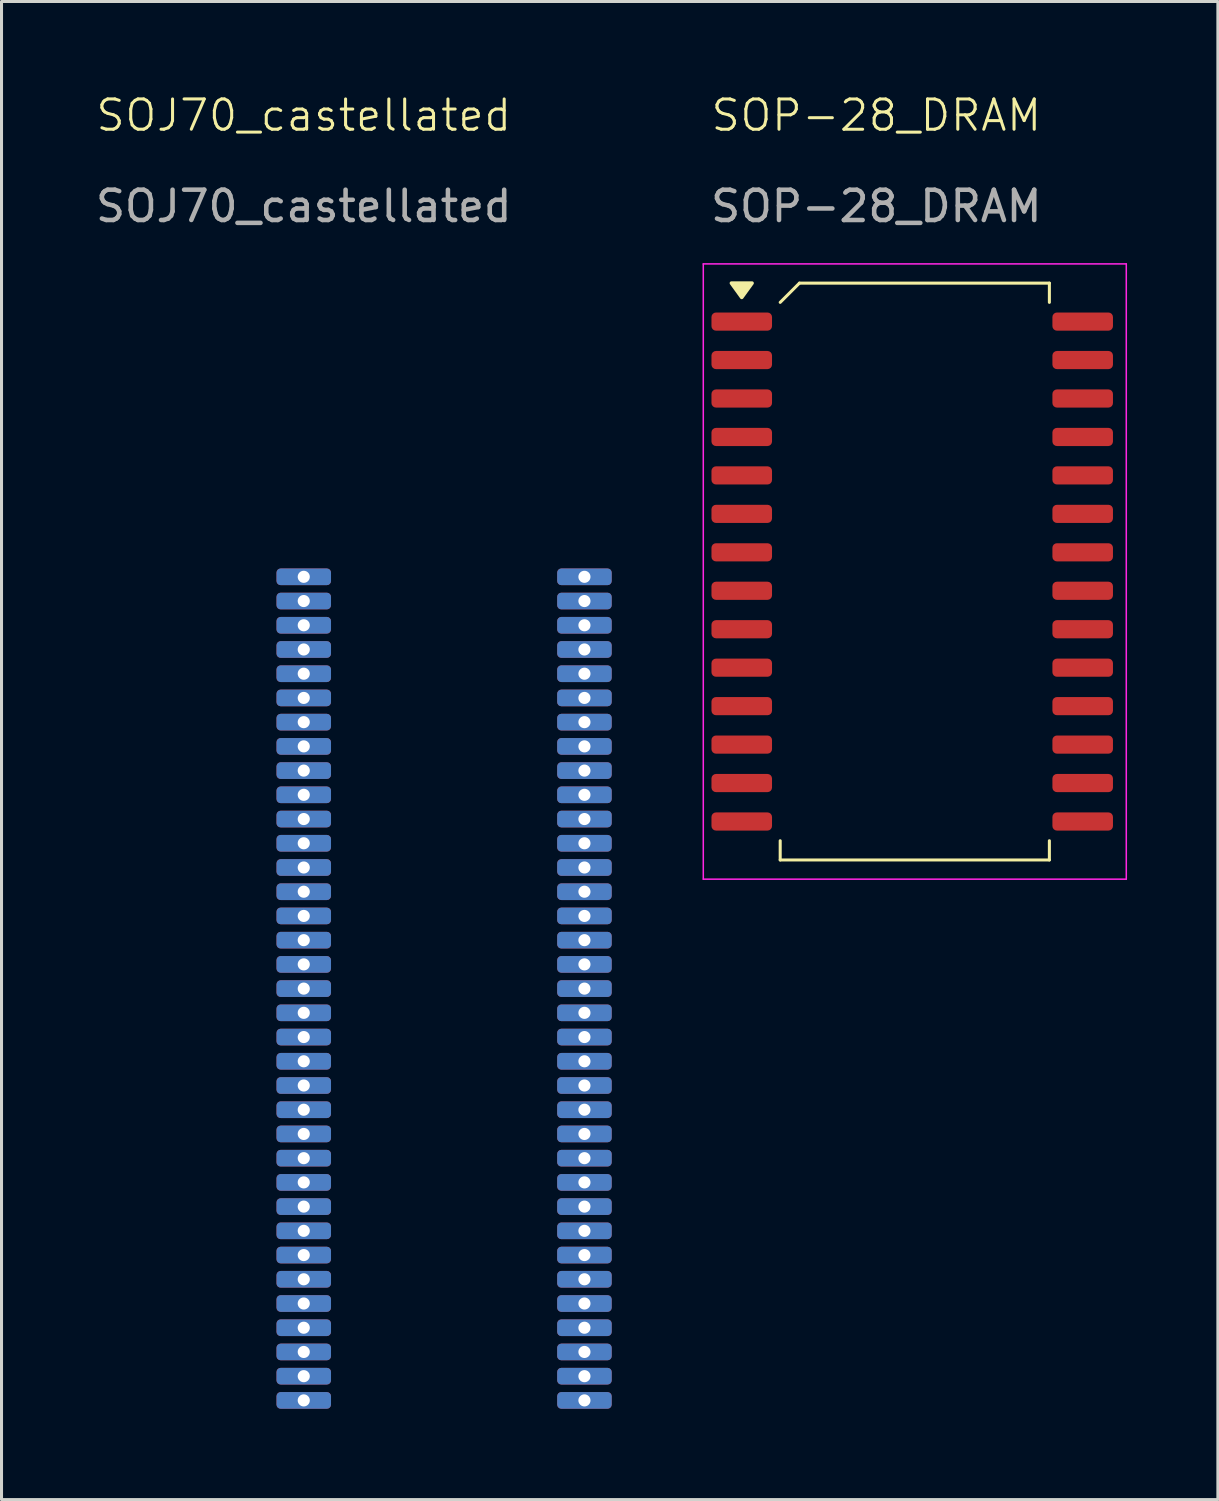
<source format=kicad_pcb>
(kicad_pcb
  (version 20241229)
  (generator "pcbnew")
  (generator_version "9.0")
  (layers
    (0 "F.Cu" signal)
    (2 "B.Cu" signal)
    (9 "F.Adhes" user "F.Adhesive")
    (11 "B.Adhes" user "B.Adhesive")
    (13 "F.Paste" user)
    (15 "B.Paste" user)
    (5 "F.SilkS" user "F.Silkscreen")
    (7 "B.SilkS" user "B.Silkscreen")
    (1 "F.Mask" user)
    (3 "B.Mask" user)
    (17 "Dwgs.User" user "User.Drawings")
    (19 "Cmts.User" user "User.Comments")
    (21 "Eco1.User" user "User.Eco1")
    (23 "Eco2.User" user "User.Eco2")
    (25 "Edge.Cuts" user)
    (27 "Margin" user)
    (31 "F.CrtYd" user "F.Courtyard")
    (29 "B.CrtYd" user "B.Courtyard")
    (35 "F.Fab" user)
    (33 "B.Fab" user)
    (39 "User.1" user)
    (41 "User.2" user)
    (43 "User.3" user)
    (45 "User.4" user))
  (footprint "SOJ70_castellated"
    (layer "F.Cu")
    (at 6.982 16)
    (property "Reference" "SOJ70_castellated" (at 0 -15.24 0) (unlocked yes) (layer "F.SilkS") (effects (font (size 1 1) (thickness 0.1))))
    (attr smd)
    (fp_text user "${REFERENCE}" (at 0 -12.24 0) (unlocked yes) (layer "F.Fab") (effects (font (size 1 1) (thickness 0.15))))
    (pad "1" thru_hole roundrect (at 0 0) (size 1.8 0.55) (drill 0.4) (layers "*.Cu" "*.Mask") (roundrect_rratio 0.25))
    (pad "2" thru_hole roundrect (at 0 0.8) (size 1.8 0.55) (drill 0.4) (layers "*.Cu" "*.Mask") (roundrect_rratio 0.25))
    (pad "3" thru_hole roundrect (at 0 1.6) (size 1.8 0.55) (drill 0.4) (layers "*.Cu" "*.Mask") (roundrect_rratio 0.25))
    (pad "4" thru_hole roundrect (at 0 2.4) (size 1.8 0.55) (drill 0.4) (layers "*.Cu" "*.Mask") (roundrect_rratio 0.25))
    (pad "5" thru_hole roundrect (at 0 3.2) (size 1.8 0.55) (drill 0.4) (layers "*.Cu" "*.Mask") (roundrect_rratio 0.25))
    (pad "6" thru_hole roundrect (at 0 4) (size 1.8 0.55) (drill 0.4) (layers "*.Cu" "*.Mask") (roundrect_rratio 0.25))
    (pad "7" thru_hole roundrect (at 0 4.8) (size 1.8 0.55) (drill 0.4) (layers "*.Cu" "*.Mask") (roundrect_rratio 0.25))
    (pad "8" thru_hole roundrect (at 0 5.6) (size 1.8 0.55) (drill 0.4) (layers "*.Cu" "*.Mask") (roundrect_rratio 0.25))
    (pad "9" thru_hole roundrect (at 0 6.4) (size 1.8 0.55) (drill 0.4) (layers "*.Cu" "*.Mask") (roundrect_rratio 0.25))
    (pad "10" thru_hole roundrect (at 0 7.2) (size 1.8 0.55) (drill 0.4) (layers "*.Cu" "*.Mask") (roundrect_rratio 0.25))
    (pad "11" thru_hole roundrect (at 0 8) (size 1.8 0.55) (drill 0.4) (layers "*.Cu" "*.Mask") (roundrect_rratio 0.25))
    (pad "12" thru_hole roundrect (at 0 8.8) (size 1.8 0.55) (drill 0.4) (layers "*.Cu" "*.Mask") (roundrect_rratio 0.25))
    (pad "13" thru_hole roundrect (at 0 9.6) (size 1.8 0.55) (drill 0.4) (layers "*.Cu" "*.Mask") (roundrect_rratio 0.25))
    (pad "14" thru_hole roundrect (at 0 10.4) (size 1.8 0.55) (drill 0.4) (layers "*.Cu" "*.Mask") (roundrect_rratio 0.25))
    (pad "15" thru_hole roundrect (at 0 11.2) (size 1.8 0.55) (drill 0.4) (layers "*.Cu" "*.Mask") (roundrect_rratio 0.25))
    (pad "16" thru_hole roundrect (at 0 12) (size 1.8 0.55) (drill 0.4) (layers "*.Cu" "*.Mask") (roundrect_rratio 0.25))
    (pad "17" thru_hole roundrect (at 0 12.8) (size 1.8 0.55) (drill 0.4) (layers "*.Cu" "*.Mask") (roundrect_rratio 0.25))
    (pad "18" thru_hole roundrect (at 0 13.6) (size 1.8 0.55) (drill 0.4) (layers "*.Cu" "*.Mask") (roundrect_rratio 0.25))
    (pad "19" thru_hole roundrect (at 0 14.4) (size 1.8 0.55) (drill 0.4) (layers "*.Cu" "*.Mask") (roundrect_rratio 0.25))
    (pad "20" thru_hole roundrect (at 0 15.2) (size 1.8 0.55) (drill 0.4) (layers "*.Cu" "*.Mask") (roundrect_rratio 0.25))
    (pad "21" thru_hole roundrect (at 0 16) (size 1.8 0.55) (drill 0.4) (layers "*.Cu" "*.Mask") (roundrect_rratio 0.25))
    (pad "22" thru_hole roundrect (at 0 16.8) (size 1.8 0.55) (drill 0.4) (layers "*.Cu" "*.Mask") (roundrect_rratio 0.25))
    (pad "23" thru_hole roundrect (at 0 17.6) (size 1.8 0.55) (drill 0.4) (layers "*.Cu" "*.Mask") (roundrect_rratio 0.25))
    (pad "24" thru_hole roundrect (at 0 18.4) (size 1.8 0.55) (drill 0.4) (layers "*.Cu" "*.Mask") (roundrect_rratio 0.25))
    (pad "25" thru_hole roundrect (at 0 19.2) (size 1.8 0.55) (drill 0.4) (layers "*.Cu" "*.Mask") (roundrect_rratio 0.25))
    (pad "26" thru_hole roundrect (at 0 20) (size 1.8 0.55) (drill 0.4) (layers "*.Cu" "*.Mask") (roundrect_rratio 0.25))
    (pad "27" thru_hole roundrect (at 0 20.8) (size 1.8 0.55) (drill 0.4) (layers "*.Cu" "*.Mask") (roundrect_rratio 0.25))
    (pad "28" thru_hole roundrect (at 0 21.6) (size 1.8 0.55) (drill 0.4) (layers "*.Cu" "*.Mask") (roundrect_rratio 0.25))
    (pad "29" thru_hole roundrect (at 0 22.4) (size 1.8 0.55) (drill 0.4) (layers "*.Cu" "*.Mask") (roundrect_rratio 0.25))
    (pad "30" thru_hole roundrect (at 0 23.2) (size 1.8 0.55) (drill 0.4) (layers "*.Cu" "*.Mask") (roundrect_rratio 0.25))
    (pad "31" thru_hole roundrect (at 0 24) (size 1.8 0.55) (drill 0.4) (layers "*.Cu" "*.Mask") (roundrect_rratio 0.25))
    (pad "32" thru_hole roundrect (at 0 24.8) (size 1.8 0.55) (drill 0.4) (layers "*.Cu" "*.Mask") (roundrect_rratio 0.25))
    (pad "33" thru_hole roundrect (at 0 25.6) (size 1.8 0.55) (drill 0.4) (layers "*.Cu" "*.Mask") (roundrect_rratio 0.25))
    (pad "34" thru_hole roundrect (at 0 26.4) (size 1.8 0.55) (drill 0.4) (layers "*.Cu" "*.Mask") (roundrect_rratio 0.25))
    (pad "35" thru_hole roundrect (at 0 27.2) (size 1.8 0.55) (drill 0.4) (layers "*.Cu" "*.Mask") (roundrect_rratio 0.25))
    (pad "36" thru_hole roundrect (at 9.27 27.2) (size 1.8 0.55) (drill 0.4) (layers "*.Cu" "*.Mask") (roundrect_rratio 0.25))
    (pad "37" thru_hole roundrect (at 9.27 26.4) (size 1.8 0.55) (drill 0.4) (layers "*.Cu" "*.Mask") (roundrect_rratio 0.25))
    (pad "38" thru_hole roundrect (at 9.27 25.6) (size 1.8 0.55) (drill 0.4) (layers "*.Cu" "*.Mask") (roundrect_rratio 0.25))
    (pad "39" thru_hole roundrect (at 9.27 24.8) (size 1.8 0.55) (drill 0.4) (layers "*.Cu" "*.Mask") (roundrect_rratio 0.25))
    (pad "40" thru_hole roundrect (at 9.27 24) (size 1.8 0.55) (drill 0.4) (layers "*.Cu" "*.Mask") (roundrect_rratio 0.25))
    (pad "41" thru_hole roundrect (at 9.27 23.2) (size 1.8 0.55) (drill 0.4) (layers "*.Cu" "*.Mask") (roundrect_rratio 0.25))
    (pad "42" thru_hole roundrect (at 9.27 22.4) (size 1.8 0.55) (drill 0.4) (layers "*.Cu" "*.Mask") (roundrect_rratio 0.25))
    (pad "43" thru_hole roundrect (at 9.27 21.6) (size 1.8 0.55) (drill 0.4) (layers "*.Cu" "*.Mask") (roundrect_rratio 0.25))
    (pad "44" thru_hole roundrect (at 9.27 20.8) (size 1.8 0.55) (drill 0.4) (layers "*.Cu" "*.Mask") (roundrect_rratio 0.25))
    (pad "45" thru_hole roundrect (at 9.27 20) (size 1.8 0.55) (drill 0.4) (layers "*.Cu" "*.Mask") (roundrect_rratio 0.25))
    (pad "46" thru_hole roundrect (at 9.27 19.2) (size 1.8 0.55) (drill 0.4) (layers "*.Cu" "*.Mask") (roundrect_rratio 0.25))
    (pad "47" thru_hole roundrect (at 9.27 18.4) (size 1.8 0.55) (drill 0.4) (layers "*.Cu" "*.Mask") (roundrect_rratio 0.25))
    (pad "48" thru_hole roundrect (at 9.27 17.6) (size 1.8 0.55) (drill 0.4) (layers "*.Cu" "*.Mask") (roundrect_rratio 0.25))
    (pad "49" thru_hole roundrect (at 9.27 16.8) (size 1.8 0.55) (drill 0.4) (layers "*.Cu" "*.Mask") (roundrect_rratio 0.25))
    (pad "50" thru_hole roundrect (at 9.27 16) (size 1.8 0.55) (drill 0.4) (layers "*.Cu" "*.Mask") (roundrect_rratio 0.25))
    (pad "51" thru_hole roundrect (at 9.27 15.2) (size 1.8 0.55) (drill 0.4) (layers "*.Cu" "*.Mask") (roundrect_rratio 0.25))
    (pad "52" thru_hole roundrect (at 9.27 14.4) (size 1.8 0.55) (drill 0.4) (layers "*.Cu" "*.Mask") (roundrect_rratio 0.25))
    (pad "53" thru_hole roundrect (at 9.27 13.6) (size 1.8 0.55) (drill 0.4) (layers "*.Cu" "*.Mask") (roundrect_rratio 0.25))
    (pad "54" thru_hole roundrect (at 9.27 12.8) (size 1.8 0.55) (drill 0.4) (layers "*.Cu" "*.Mask") (roundrect_rratio 0.25))
    (pad "55" thru_hole roundrect (at 9.27 12) (size 1.8 0.55) (drill 0.4) (layers "*.Cu" "*.Mask") (roundrect_rratio 0.25))
    (pad "56" thru_hole roundrect (at 9.27 11.2) (size 1.8 0.55) (drill 0.4) (layers "*.Cu" "*.Mask") (roundrect_rratio 0.25))
    (pad "57" thru_hole roundrect (at 9.27 10.4) (size 1.8 0.55) (drill 0.4) (layers "*.Cu" "*.Mask") (roundrect_rratio 0.25))
    (pad "58" thru_hole roundrect (at 9.27 9.6) (size 1.8 0.55) (drill 0.4) (layers "*.Cu" "*.Mask") (roundrect_rratio 0.25))
    (pad "59" thru_hole roundrect (at 9.27 8.8) (size 1.8 0.55) (drill 0.4) (layers "*.Cu" "*.Mask") (roundrect_rratio 0.25))
    (pad "60" thru_hole roundrect (at 9.27 8) (size 1.8 0.55) (drill 0.4) (layers "*.Cu" "*.Mask") (roundrect_rratio 0.25))
    (pad "61" thru_hole roundrect (at 9.27 7.2) (size 1.8 0.55) (drill 0.4) (layers "*.Cu" "*.Mask") (roundrect_rratio 0.25))
    (pad "62" thru_hole roundrect (at 9.27 6.4) (size 1.8 0.55) (drill 0.4) (layers "*.Cu" "*.Mask") (roundrect_rratio 0.25))
    (pad "63" thru_hole roundrect (at 9.27 5.6) (size 1.8 0.55) (drill 0.4) (layers "*.Cu" "*.Mask") (roundrect_rratio 0.25))
    (pad "64" thru_hole roundrect (at 9.27 4.8) (size 1.8 0.55) (drill 0.4) (layers "*.Cu" "*.Mask") (roundrect_rratio 0.25))
    (pad "65" thru_hole roundrect (at 9.27 4) (size 1.8 0.55) (drill 0.4) (layers "*.Cu" "*.Mask") (roundrect_rratio 0.25))
    (pad "66" thru_hole roundrect (at 9.27 3.2) (size 1.8 0.55) (drill 0.4) (layers "*.Cu" "*.Mask") (roundrect_rratio 0.25))
    (pad "67" thru_hole roundrect (at 9.27 2.4) (size 1.8 0.55) (drill 0.4) (layers "*.Cu" "*.Mask") (roundrect_rratio 0.25))
    (pad "68" thru_hole roundrect (at 9.27 1.6) (size 1.8 0.55) (drill 0.4) (layers "*.Cu" "*.Mask") (roundrect_rratio 0.25))
    (pad "69" thru_hole roundrect (at 9.27 0.8) (size 1.8 0.55) (drill 0.4) (layers "*.Cu" "*.Mask") (roundrect_rratio 0.25))
    (pad "70" thru_hole roundrect (at 9.27 0) (size 1.8 0.55) (drill 0.4) (layers "*.Cu" "*.Mask") (roundrect_rratio 0.25)))
  (footprint "SOP-28_DRAM"
    (layer "F.Cu")
    (at 21.447 7.571)
    (property "Reference" "SOP-28_DRAM" (at 4.445 -6.81 0) (unlocked yes) (layer "F.SilkS") (effects (font (size 1 1) (thickness 0.1))))
    (attr smd)
    (fp_line (start 1.27 -0.635) (end 1.905 -1.27) (stroke (width 0.1) (type default)) (layer "F.SilkS"))
    (fp_line (start 1.27 17.145) (end 1.27 17.78) (stroke (width 0.1) (type default)) (layer "F.SilkS"))
    (fp_line (start 1.27 17.78) (end 10.16 17.78) (stroke (width 0.1) (type default)) (layer "F.SilkS"))
    (fp_line (start 1.905 -1.27) (end 10.16 -1.27) (stroke (width 0.1) (type default)) (layer "F.SilkS"))
    (fp_line (start 10.16 -1.27) (end 10.16 -0.635) (stroke (width 0.1) (type default)) (layer "F.SilkS"))
    (fp_line (start 10.16 17.78) (end 10.16 17.145) (stroke (width 0.1) (type default)) (layer "F.SilkS"))
    (fp_poly (pts (xy 0 -0.8) (xy -0.34 -1.27) (xy 0.34 -1.27) (xy 0 -0.8)) (stroke (width 0.12) (type solid)) (fill yes) (layer "F.SilkS"))
    (fp_line (start -1.27 -1.905) (end 12.7 -1.905) (stroke (width 0.05) (type default)) (layer "F.CrtYd"))
    (fp_line (start -1.27 18.415) (end -1.27 -1.905) (stroke (width 0.05) (type default)) (layer "F.CrtYd"))
    (fp_line (start 12.7 -1.905) (end 12.7 18.415) (stroke (width 0.05) (type default)) (layer "F.CrtYd"))
    (fp_line (start 12.7 18.415) (end -1.27 18.415) (stroke (width 0.05) (type default)) (layer "F.CrtYd"))
    (fp_text user "${REFERENCE}" (at 4.445 -3.81 0) (unlocked yes) (layer "F.Fab") (effects (font (size 1 1) (thickness 0.15))))
    (pad "1" smd roundrect (at 0 0) (size 2 0.6) (layers "F.Cu" "F.Mask" "F.Paste") (roundrect_rratio 0.25))
    (pad "2" smd roundrect (at 0 1.27) (size 2 0.6) (layers "F.Cu" "F.Mask" "F.Paste") (roundrect_rratio 0.25))
    (pad "3" smd roundrect (at 0 2.54) (size 2 0.6) (layers "F.Cu" "F.Mask" "F.Paste") (roundrect_rratio 0.25))
    (pad "4" smd roundrect (at 0 3.81) (size 2 0.6) (layers "F.Cu" "F.Mask" "F.Paste") (roundrect_rratio 0.25))
    (pad "5" smd roundrect (at 0 5.08) (size 2 0.6) (layers "F.Cu" "F.Mask" "F.Paste") (roundrect_rratio 0.25))
    (pad "6" smd roundrect (at 0 6.35) (size 2 0.6) (layers "F.Cu" "F.Mask" "F.Paste") (roundrect_rratio 0.25))
    (pad "7" smd roundrect (at 0 7.62) (size 2 0.6) (layers "F.Cu" "F.Mask" "F.Paste") (roundrect_rratio 0.25))
    (pad "8" smd roundrect (at 0 8.89) (size 2 0.6) (layers "F.Cu" "F.Mask" "F.Paste") (roundrect_rratio 0.25))
    (pad "9" smd roundrect (at 0 10.16) (size 2 0.6) (layers "F.Cu" "F.Mask" "F.Paste") (roundrect_rratio 0.25))
    (pad "10" smd roundrect (at 0 11.43) (size 2 0.6) (layers "F.Cu" "F.Mask" "F.Paste") (roundrect_rratio 0.25))
    (pad "11" smd roundrect (at 0 12.7) (size 2 0.6) (layers "F.Cu" "F.Mask" "F.Paste") (roundrect_rratio 0.25))
    (pad "12" smd roundrect (at 0 13.97) (size 2 0.6) (layers "F.Cu" "F.Mask" "F.Paste") (roundrect_rratio 0.25))
    (pad "13" smd roundrect (at 0 15.24) (size 2 0.6) (layers "F.Cu" "F.Mask" "F.Paste") (roundrect_rratio 0.25))
    (pad "14" smd roundrect (at 0 16.51) (size 2 0.6) (layers "F.Cu" "F.Mask" "F.Paste") (roundrect_rratio 0.25))
    (pad "15" smd roundrect (at 11.26 16.51) (size 2 0.6) (layers "F.Cu" "F.Mask" "F.Paste") (roundrect_rratio 0.25))
    (pad "16" smd roundrect (at 11.26 15.24) (size 2 0.6) (layers "F.Cu" "F.Mask" "F.Paste") (roundrect_rratio 0.25))
    (pad "17" smd roundrect (at 11.26 13.97) (size 2 0.6) (layers "F.Cu" "F.Mask" "F.Paste") (roundrect_rratio 0.25))
    (pad "18" smd roundrect (at 11.26 12.7) (size 2 0.6) (layers "F.Cu" "F.Mask" "F.Paste") (roundrect_rratio 0.25))
    (pad "19" smd roundrect (at 11.26 11.43) (size 2 0.6) (layers "F.Cu" "F.Mask" "F.Paste") (roundrect_rratio 0.25))
    (pad "20" smd roundrect (at 11.26 10.16) (size 2 0.6) (layers "F.Cu" "F.Mask" "F.Paste") (roundrect_rratio 0.25))
    (pad "21" smd roundrect (at 11.26 8.89) (size 2 0.6) (layers "F.Cu" "F.Mask" "F.Paste") (roundrect_rratio 0.25))
    (pad "22" smd roundrect (at 11.26 7.62) (size 2 0.6) (layers "F.Cu" "F.Mask" "F.Paste") (roundrect_rratio 0.25))
    (pad "23" smd roundrect (at 11.26 6.35) (size 2 0.6) (layers "F.Cu" "F.Mask" "F.Paste") (roundrect_rratio 0.25))
    (pad "24" smd roundrect (at 11.26 5.08) (size 2 0.6) (layers "F.Cu" "F.Mask" "F.Paste") (roundrect_rratio 0.25))
    (pad "25" smd roundrect (at 11.26 3.81) (size 2 0.6) (layers "F.Cu" "F.Mask" "F.Paste") (roundrect_rratio 0.25))
    (pad "26" smd roundrect (at 11.26 2.54) (size 2 0.6) (layers "F.Cu" "F.Mask" "F.Paste") (roundrect_rratio 0.25))
    (pad "27" smd roundrect (at 11.26 1.27) (size 2 0.6) (layers "F.Cu" "F.Mask" "F.Paste") (roundrect_rratio 0.25))
    (pad "28" smd roundrect (at 11.26 0) (size 2 0.6) (layers "F.Cu" "F.Mask" "F.Paste") (roundrect_rratio 0.25)))
  (gr_rect
    (start -3 -3)
    (end 37.172 46.475)
    (stroke (width 0.1) (type default))
    (fill no)
    (layer "Edge.Cuts")))
</source>
